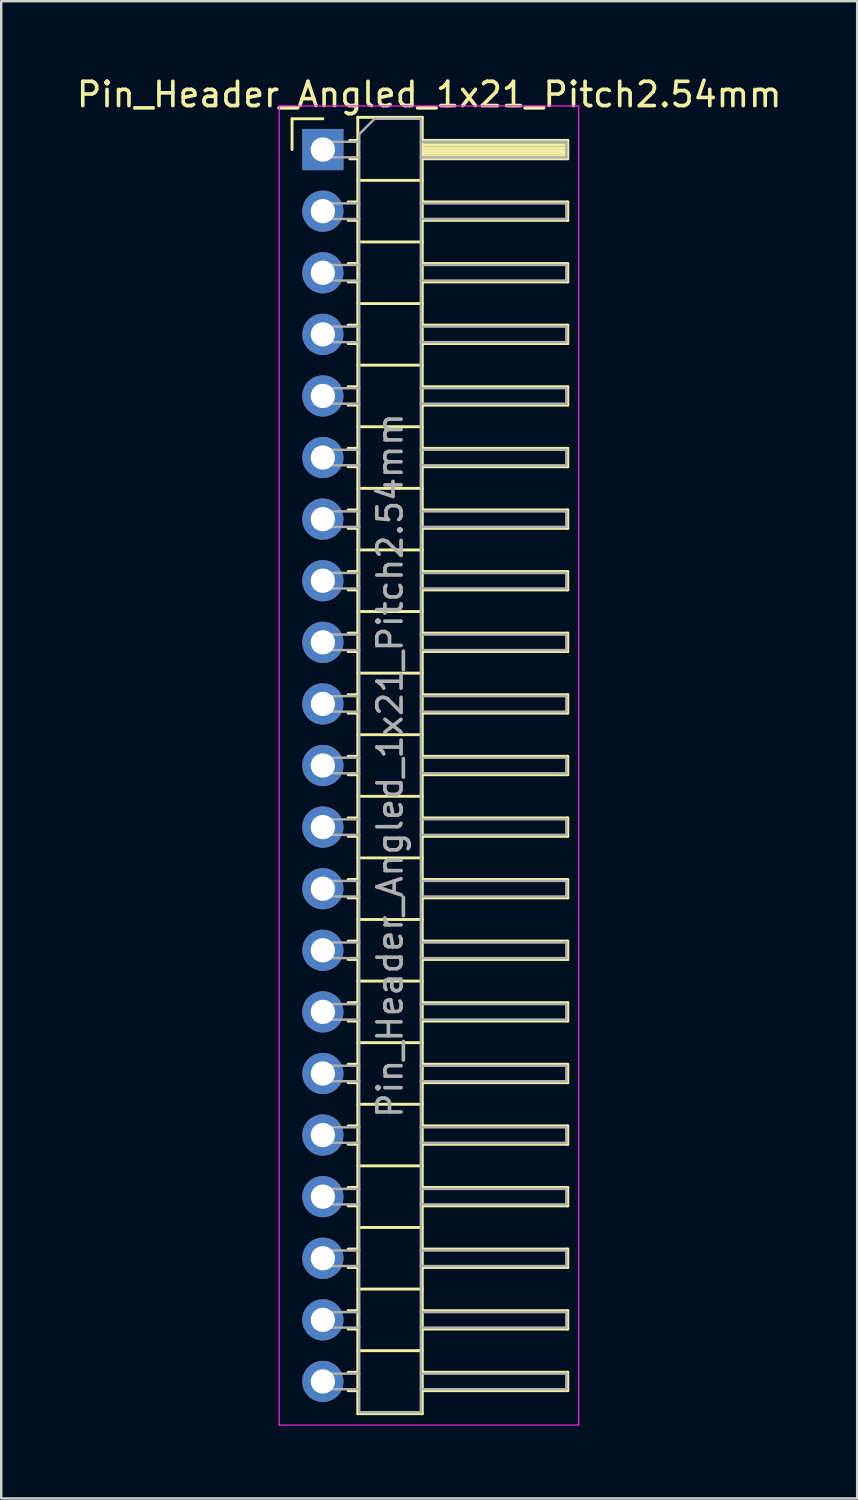
<source format=kicad_pcb>
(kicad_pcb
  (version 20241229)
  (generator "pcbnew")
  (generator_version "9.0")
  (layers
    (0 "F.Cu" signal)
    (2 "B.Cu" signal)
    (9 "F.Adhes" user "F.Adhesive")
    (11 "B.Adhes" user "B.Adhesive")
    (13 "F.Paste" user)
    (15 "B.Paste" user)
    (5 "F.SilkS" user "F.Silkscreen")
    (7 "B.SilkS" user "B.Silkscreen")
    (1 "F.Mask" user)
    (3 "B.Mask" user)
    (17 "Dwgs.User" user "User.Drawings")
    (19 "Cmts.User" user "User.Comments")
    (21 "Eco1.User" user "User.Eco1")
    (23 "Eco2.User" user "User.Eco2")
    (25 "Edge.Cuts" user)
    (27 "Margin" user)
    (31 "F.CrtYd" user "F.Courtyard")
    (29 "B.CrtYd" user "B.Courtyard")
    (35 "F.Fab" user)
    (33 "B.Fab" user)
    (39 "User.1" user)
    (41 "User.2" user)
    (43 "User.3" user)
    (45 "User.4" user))
  (footprint "Pin_Header_Angled_1x21_Pitch2.54mm"
    (layer "F.Cu")
    (at 10.264 3.118)
    (property "Reference" "Pin_Header_Angled_1x21_Pitch2.54mm" (at 4.385 -2.27 0) (layer "F.SilkS") (effects (font (size 1 1) (thickness 0.15))))
    (attr through_hole)
    (fp_line (start -1.27 -1.27) (end 0 -1.27) (stroke (width 0.12) (type solid)) (layer "F.SilkS"))
    (fp_line (start -1.27 0) (end -1.27 -1.27) (stroke (width 0.12) (type solid)) (layer "F.SilkS"))
    (fp_line (start 1.043 2.16) (end 1.44 2.16) (stroke (width 0.12) (type solid)) (layer "F.SilkS"))
    (fp_line (start 1.043 2.92) (end 1.44 2.92) (stroke (width 0.12) (type solid)) (layer "F.SilkS"))
    (fp_line (start 1.043 4.7) (end 1.44 4.7) (stroke (width 0.12) (type solid)) (layer "F.SilkS"))
    (fp_line (start 1.043 5.46) (end 1.44 5.46) (stroke (width 0.12) (type solid)) (layer "F.SilkS"))
    (fp_line (start 1.043 7.24) (end 1.44 7.24) (stroke (width 0.12) (type solid)) (layer "F.SilkS"))
    (fp_line (start 1.043 8) (end 1.44 8) (stroke (width 0.12) (type solid)) (layer "F.SilkS"))
    (fp_line (start 1.043 9.78) (end 1.44 9.78) (stroke (width 0.12) (type solid)) (layer "F.SilkS"))
    (fp_line (start 1.043 10.54) (end 1.44 10.54) (stroke (width 0.12) (type solid)) (layer "F.SilkS"))
    (fp_line (start 1.043 12.32) (end 1.44 12.32) (stroke (width 0.12) (type solid)) (layer "F.SilkS"))
    (fp_line (start 1.043 13.08) (end 1.44 13.08) (stroke (width 0.12) (type solid)) (layer "F.SilkS"))
    (fp_line (start 1.043 14.86) (end 1.44 14.86) (stroke (width 0.12) (type solid)) (layer "F.SilkS"))
    (fp_line (start 1.043 15.62) (end 1.44 15.62) (stroke (width 0.12) (type solid)) (layer "F.SilkS"))
    (fp_line (start 1.043 17.4) (end 1.44 17.4) (stroke (width 0.12) (type solid)) (layer "F.SilkS"))
    (fp_line (start 1.043 18.16) (end 1.44 18.16) (stroke (width 0.12) (type solid)) (layer "F.SilkS"))
    (fp_line (start 1.043 19.94) (end 1.44 19.94) (stroke (width 0.12) (type solid)) (layer "F.SilkS"))
    (fp_line (start 1.043 20.7) (end 1.44 20.7) (stroke (width 0.12) (type solid)) (layer "F.SilkS"))
    (fp_line (start 1.043 22.48) (end 1.44 22.48) (stroke (width 0.12) (type solid)) (layer "F.SilkS"))
    (fp_line (start 1.043 23.24) (end 1.44 23.24) (stroke (width 0.12) (type solid)) (layer "F.SilkS"))
    (fp_line (start 1.043 25.02) (end 1.44 25.02) (stroke (width 0.12) (type solid)) (layer "F.SilkS"))
    (fp_line (start 1.043 25.78) (end 1.44 25.78) (stroke (width 0.12) (type solid)) (layer "F.SilkS"))
    (fp_line (start 1.043 27.56) (end 1.44 27.56) (stroke (width 0.12) (type solid)) (layer "F.SilkS"))
    (fp_line (start 1.043 28.32) (end 1.44 28.32) (stroke (width 0.12) (type solid)) (layer "F.SilkS"))
    (fp_line (start 1.043 30.1) (end 1.44 30.1) (stroke (width 0.12) (type solid)) (layer "F.SilkS"))
    (fp_line (start 1.043 30.86) (end 1.44 30.86) (stroke (width 0.12) (type solid)) (layer "F.SilkS"))
    (fp_line (start 1.043 32.64) (end 1.44 32.64) (stroke (width 0.12) (type solid)) (layer "F.SilkS"))
    (fp_line (start 1.043 33.4) (end 1.44 33.4) (stroke (width 0.12) (type solid)) (layer "F.SilkS"))
    (fp_line (start 1.043 35.18) (end 1.44 35.18) (stroke (width 0.12) (type solid)) (layer "F.SilkS"))
    (fp_line (start 1.043 35.94) (end 1.44 35.94) (stroke (width 0.12) (type solid)) (layer "F.SilkS"))
    (fp_line (start 1.043 37.72) (end 1.44 37.72) (stroke (width 0.12) (type solid)) (layer "F.SilkS"))
    (fp_line (start 1.043 38.48) (end 1.44 38.48) (stroke (width 0.12) (type solid)) (layer "F.SilkS"))
    (fp_line (start 1.043 40.26) (end 1.44 40.26) (stroke (width 0.12) (type solid)) (layer "F.SilkS"))
    (fp_line (start 1.043 41.02) (end 1.44 41.02) (stroke (width 0.12) (type solid)) (layer "F.SilkS"))
    (fp_line (start 1.043 42.8) (end 1.44 42.8) (stroke (width 0.12) (type solid)) (layer "F.SilkS"))
    (fp_line (start 1.043 43.56) (end 1.44 43.56) (stroke (width 0.12) (type solid)) (layer "F.SilkS"))
    (fp_line (start 1.043 45.34) (end 1.44 45.34) (stroke (width 0.12) (type solid)) (layer "F.SilkS"))
    (fp_line (start 1.043 46.1) (end 1.44 46.1) (stroke (width 0.12) (type solid)) (layer "F.SilkS"))
    (fp_line (start 1.043 47.88) (end 1.44 47.88) (stroke (width 0.12) (type solid)) (layer "F.SilkS"))
    (fp_line (start 1.043 48.64) (end 1.44 48.64) (stroke (width 0.12) (type solid)) (layer "F.SilkS"))
    (fp_line (start 1.043 50.42) (end 1.44 50.42) (stroke (width 0.12) (type solid)) (layer "F.SilkS"))
    (fp_line (start 1.043 51.18) (end 1.44 51.18) (stroke (width 0.12) (type solid)) (layer "F.SilkS"))
    (fp_line (start 1.11 -0.38) (end 1.44 -0.38) (stroke (width 0.12) (type solid)) (layer "F.SilkS"))
    (fp_line (start 1.11 0.38) (end 1.44 0.38) (stroke (width 0.12) (type solid)) (layer "F.SilkS"))
    (fp_line (start 1.44 -1.33) (end 1.44 52.13) (stroke (width 0.12) (type solid)) (layer "F.SilkS"))
    (fp_line (start 1.44 1.27) (end 4.1 1.27) (stroke (width 0.12) (type solid)) (layer "F.SilkS"))
    (fp_line (start 1.44 3.81) (end 4.1 3.81) (stroke (width 0.12) (type solid)) (layer "F.SilkS"))
    (fp_line (start 1.44 6.35) (end 4.1 6.35) (stroke (width 0.12) (type solid)) (layer "F.SilkS"))
    (fp_line (start 1.44 8.89) (end 4.1 8.89) (stroke (width 0.12) (type solid)) (layer "F.SilkS"))
    (fp_line (start 1.44 11.43) (end 4.1 11.43) (stroke (width 0.12) (type solid)) (layer "F.SilkS"))
    (fp_line (start 1.44 13.97) (end 4.1 13.97) (stroke (width 0.12) (type solid)) (layer "F.SilkS"))
    (fp_line (start 1.44 16.51) (end 4.1 16.51) (stroke (width 0.12) (type solid)) (layer "F.SilkS"))
    (fp_line (start 1.44 19.05) (end 4.1 19.05) (stroke (width 0.12) (type solid)) (layer "F.SilkS"))
    (fp_line (start 1.44 21.59) (end 4.1 21.59) (stroke (width 0.12) (type solid)) (layer "F.SilkS"))
    (fp_line (start 1.44 24.13) (end 4.1 24.13) (stroke (width 0.12) (type solid)) (layer "F.SilkS"))
    (fp_line (start 1.44 26.67) (end 4.1 26.67) (stroke (width 0.12) (type solid)) (layer "F.SilkS"))
    (fp_line (start 1.44 29.21) (end 4.1 29.21) (stroke (width 0.12) (type solid)) (layer "F.SilkS"))
    (fp_line (start 1.44 31.75) (end 4.1 31.75) (stroke (width 0.12) (type solid)) (layer "F.SilkS"))
    (fp_line (start 1.44 34.29) (end 4.1 34.29) (stroke (width 0.12) (type solid)) (layer "F.SilkS"))
    (fp_line (start 1.44 36.83) (end 4.1 36.83) (stroke (width 0.12) (type solid)) (layer "F.SilkS"))
    (fp_line (start 1.44 39.37) (end 4.1 39.37) (stroke (width 0.12) (type solid)) (layer "F.SilkS"))
    (fp_line (start 1.44 41.91) (end 4.1 41.91) (stroke (width 0.12) (type solid)) (layer "F.SilkS"))
    (fp_line (start 1.44 44.45) (end 4.1 44.45) (stroke (width 0.12) (type solid)) (layer "F.SilkS"))
    (fp_line (start 1.44 46.99) (end 4.1 46.99) (stroke (width 0.12) (type solid)) (layer "F.SilkS"))
    (fp_line (start 1.44 49.53) (end 4.1 49.53) (stroke (width 0.12) (type solid)) (layer "F.SilkS"))
    (fp_line (start 1.44 52.13) (end 4.1 52.13) (stroke (width 0.12) (type solid)) (layer "F.SilkS"))
    (fp_line (start 4.1 -1.33) (end 1.44 -1.33) (stroke (width 0.12) (type solid)) (layer "F.SilkS"))
    (fp_line (start 4.1 -0.38) (end 10.1 -0.38) (stroke (width 0.12) (type solid)) (layer "F.SilkS"))
    (fp_line (start 4.1 -0.32) (end 10.1 -0.32) (stroke (width 0.12) (type solid)) (layer "F.SilkS"))
    (fp_line (start 4.1 -0.2) (end 10.1 -0.2) (stroke (width 0.12) (type solid)) (layer "F.SilkS"))
    (fp_line (start 4.1 -0.08) (end 10.1 -0.08) (stroke (width 0.12) (type solid)) (layer "F.SilkS"))
    (fp_line (start 4.1 0.04) (end 10.1 0.04) (stroke (width 0.12) (type solid)) (layer "F.SilkS"))
    (fp_line (start 4.1 0.16) (end 10.1 0.16) (stroke (width 0.12) (type solid)) (layer "F.SilkS"))
    (fp_line (start 4.1 0.28) (end 10.1 0.28) (stroke (width 0.12) (type solid)) (layer "F.SilkS"))
    (fp_line (start 4.1 2.16) (end 10.1 2.16) (stroke (width 0.12) (type solid)) (layer "F.SilkS"))
    (fp_line (start 4.1 4.7) (end 10.1 4.7) (stroke (width 0.12) (type solid)) (layer "F.SilkS"))
    (fp_line (start 4.1 7.24) (end 10.1 7.24) (stroke (width 0.12) (type solid)) (layer "F.SilkS"))
    (fp_line (start 4.1 9.78) (end 10.1 9.78) (stroke (width 0.12) (type solid)) (layer "F.SilkS"))
    (fp_line (start 4.1 12.32) (end 10.1 12.32) (stroke (width 0.12) (type solid)) (layer "F.SilkS"))
    (fp_line (start 4.1 14.86) (end 10.1 14.86) (stroke (width 0.12) (type solid)) (layer "F.SilkS"))
    (fp_line (start 4.1 17.4) (end 10.1 17.4) (stroke (width 0.12) (type solid)) (layer "F.SilkS"))
    (fp_line (start 4.1 19.94) (end 10.1 19.94) (stroke (width 0.12) (type solid)) (layer "F.SilkS"))
    (fp_line (start 4.1 22.48) (end 10.1 22.48) (stroke (width 0.12) (type solid)) (layer "F.SilkS"))
    (fp_line (start 4.1 25.02) (end 10.1 25.02) (stroke (width 0.12) (type solid)) (layer "F.SilkS"))
    (fp_line (start 4.1 27.56) (end 10.1 27.56) (stroke (width 0.12) (type solid)) (layer "F.SilkS"))
    (fp_line (start 4.1 30.1) (end 10.1 30.1) (stroke (width 0.12) (type solid)) (layer "F.SilkS"))
    (fp_line (start 4.1 32.64) (end 10.1 32.64) (stroke (width 0.12) (type solid)) (layer "F.SilkS"))
    (fp_line (start 4.1 35.18) (end 10.1 35.18) (stroke (width 0.12) (type solid)) (layer "F.SilkS"))
    (fp_line (start 4.1 37.72) (end 10.1 37.72) (stroke (width 0.12) (type solid)) (layer "F.SilkS"))
    (fp_line (start 4.1 40.26) (end 10.1 40.26) (stroke (width 0.12) (type solid)) (layer "F.SilkS"))
    (fp_line (start 4.1 42.8) (end 10.1 42.8) (stroke (width 0.12) (type solid)) (layer "F.SilkS"))
    (fp_line (start 4.1 45.34) (end 10.1 45.34) (stroke (width 0.12) (type solid)) (layer "F.SilkS"))
    (fp_line (start 4.1 47.88) (end 10.1 47.88) (stroke (width 0.12) (type solid)) (layer "F.SilkS"))
    (fp_line (start 4.1 50.42) (end 10.1 50.42) (stroke (width 0.12) (type solid)) (layer "F.SilkS"))
    (fp_line (start 4.1 52.13) (end 4.1 -1.33) (stroke (width 0.12) (type solid)) (layer "F.SilkS"))
    (fp_line (start 10.1 -0.38) (end 10.1 0.38) (stroke (width 0.12) (type solid)) (layer "F.SilkS"))
    (fp_line (start 10.1 0.38) (end 4.1 0.38) (stroke (width 0.12) (type solid)) (layer "F.SilkS"))
    (fp_line (start 10.1 2.16) (end 10.1 2.92) (stroke (width 0.12) (type solid)) (layer "F.SilkS"))
    (fp_line (start 10.1 2.92) (end 4.1 2.92) (stroke (width 0.12) (type solid)) (layer "F.SilkS"))
    (fp_line (start 10.1 4.7) (end 10.1 5.46) (stroke (width 0.12) (type solid)) (layer "F.SilkS"))
    (fp_line (start 10.1 5.46) (end 4.1 5.46) (stroke (width 0.12) (type solid)) (layer "F.SilkS"))
    (fp_line (start 10.1 7.24) (end 10.1 8) (stroke (width 0.12) (type solid)) (layer "F.SilkS"))
    (fp_line (start 10.1 8) (end 4.1 8) (stroke (width 0.12) (type solid)) (layer "F.SilkS"))
    (fp_line (start 10.1 9.78) (end 10.1 10.54) (stroke (width 0.12) (type solid)) (layer "F.SilkS"))
    (fp_line (start 10.1 10.54) (end 4.1 10.54) (stroke (width 0.12) (type solid)) (layer "F.SilkS"))
    (fp_line (start 10.1 12.32) (end 10.1 13.08) (stroke (width 0.12) (type solid)) (layer "F.SilkS"))
    (fp_line (start 10.1 13.08) (end 4.1 13.08) (stroke (width 0.12) (type solid)) (layer "F.SilkS"))
    (fp_line (start 10.1 14.86) (end 10.1 15.62) (stroke (width 0.12) (type solid)) (layer "F.SilkS"))
    (fp_line (start 10.1 15.62) (end 4.1 15.62) (stroke (width 0.12) (type solid)) (layer "F.SilkS"))
    (fp_line (start 10.1 17.4) (end 10.1 18.16) (stroke (width 0.12) (type solid)) (layer "F.SilkS"))
    (fp_line (start 10.1 18.16) (end 4.1 18.16) (stroke (width 0.12) (type solid)) (layer "F.SilkS"))
    (fp_line (start 10.1 19.94) (end 10.1 20.7) (stroke (width 0.12) (type solid)) (layer "F.SilkS"))
    (fp_line (start 10.1 20.7) (end 4.1 20.7) (stroke (width 0.12) (type solid)) (layer "F.SilkS"))
    (fp_line (start 10.1 22.48) (end 10.1 23.24) (stroke (width 0.12) (type solid)) (layer "F.SilkS"))
    (fp_line (start 10.1 23.24) (end 4.1 23.24) (stroke (width 0.12) (type solid)) (layer "F.SilkS"))
    (fp_line (start 10.1 25.02) (end 10.1 25.78) (stroke (width 0.12) (type solid)) (layer "F.SilkS"))
    (fp_line (start 10.1 25.78) (end 4.1 25.78) (stroke (width 0.12) (type solid)) (layer "F.SilkS"))
    (fp_line (start 10.1 27.56) (end 10.1 28.32) (stroke (width 0.12) (type solid)) (layer "F.SilkS"))
    (fp_line (start 10.1 28.32) (end 4.1 28.32) (stroke (width 0.12) (type solid)) (layer "F.SilkS"))
    (fp_line (start 10.1 30.1) (end 10.1 30.86) (stroke (width 0.12) (type solid)) (layer "F.SilkS"))
    (fp_line (start 10.1 30.86) (end 4.1 30.86) (stroke (width 0.12) (type solid)) (layer "F.SilkS"))
    (fp_line (start 10.1 32.64) (end 10.1 33.4) (stroke (width 0.12) (type solid)) (layer "F.SilkS"))
    (fp_line (start 10.1 33.4) (end 4.1 33.4) (stroke (width 0.12) (type solid)) (layer "F.SilkS"))
    (fp_line (start 10.1 35.18) (end 10.1 35.94) (stroke (width 0.12) (type solid)) (layer "F.SilkS"))
    (fp_line (start 10.1 35.94) (end 4.1 35.94) (stroke (width 0.12) (type solid)) (layer "F.SilkS"))
    (fp_line (start 10.1 37.72) (end 10.1 38.48) (stroke (width 0.12) (type solid)) (layer "F.SilkS"))
    (fp_line (start 10.1 38.48) (end 4.1 38.48) (stroke (width 0.12) (type solid)) (layer "F.SilkS"))
    (fp_line (start 10.1 40.26) (end 10.1 41.02) (stroke (width 0.12) (type solid)) (layer "F.SilkS"))
    (fp_line (start 10.1 41.02) (end 4.1 41.02) (stroke (width 0.12) (type solid)) (layer "F.SilkS"))
    (fp_line (start 10.1 42.8) (end 10.1 43.56) (stroke (width 0.12) (type solid)) (layer "F.SilkS"))
    (fp_line (start 10.1 43.56) (end 4.1 43.56) (stroke (width 0.12) (type solid)) (layer "F.SilkS"))
    (fp_line (start 10.1 45.34) (end 10.1 46.1) (stroke (width 0.12) (type solid)) (layer "F.SilkS"))
    (fp_line (start 10.1 46.1) (end 4.1 46.1) (stroke (width 0.12) (type solid)) (layer "F.SilkS"))
    (fp_line (start 10.1 47.88) (end 10.1 48.64) (stroke (width 0.12) (type solid)) (layer "F.SilkS"))
    (fp_line (start 10.1 48.64) (end 4.1 48.64) (stroke (width 0.12) (type solid)) (layer "F.SilkS"))
    (fp_line (start 10.1 50.42) (end 10.1 51.18) (stroke (width 0.12) (type solid)) (layer "F.SilkS"))
    (fp_line (start 10.1 51.18) (end 4.1 51.18) (stroke (width 0.12) (type solid)) (layer "F.SilkS"))
    (fp_line (start -1.8 -1.8) (end -1.8 52.6) (stroke (width 0.05) (type solid)) (layer "F.CrtYd"))
    (fp_line (start -1.8 52.6) (end 10.55 52.6) (stroke (width 0.05) (type solid)) (layer "F.CrtYd"))
    (fp_line (start 10.55 -1.8) (end -1.8 -1.8) (stroke (width 0.05) (type solid)) (layer "F.CrtYd"))
    (fp_line (start 10.55 52.6) (end 10.55 -1.8) (stroke (width 0.05) (type solid)) (layer "F.CrtYd"))
    (fp_line (start -0.32 -0.32) (end -0.32 0.32) (stroke (width 0.1) (type solid)) (layer "F.Fab"))
    (fp_line (start -0.32 -0.32) (end 1.5 -0.32) (stroke (width 0.1) (type solid)) (layer "F.Fab"))
    (fp_line (start -0.32 0.32) (end 1.5 0.32) (stroke (width 0.1) (type solid)) (layer "F.Fab"))
    (fp_line (start -0.32 2.22) (end -0.32 2.86) (stroke (width 0.1) (type solid)) (layer "F.Fab"))
    (fp_line (start -0.32 2.22) (end 1.5 2.22) (stroke (width 0.1) (type solid)) (layer "F.Fab"))
    (fp_line (start -0.32 2.86) (end 1.5 2.86) (stroke (width 0.1) (type solid)) (layer "F.Fab"))
    (fp_line (start -0.32 4.76) (end -0.32 5.4) (stroke (width 0.1) (type solid)) (layer "F.Fab"))
    (fp_line (start -0.32 4.76) (end 1.5 4.76) (stroke (width 0.1) (type solid)) (layer "F.Fab"))
    (fp_line (start -0.32 5.4) (end 1.5 5.4) (stroke (width 0.1) (type solid)) (layer "F.Fab"))
    (fp_line (start -0.32 7.3) (end -0.32 7.94) (stroke (width 0.1) (type solid)) (layer "F.Fab"))
    (fp_line (start -0.32 7.3) (end 1.5 7.3) (stroke (width 0.1) (type solid)) (layer "F.Fab"))
    (fp_line (start -0.32 7.94) (end 1.5 7.94) (stroke (width 0.1) (type solid)) (layer "F.Fab"))
    (fp_line (start -0.32 9.84) (end -0.32 10.48) (stroke (width 0.1) (type solid)) (layer "F.Fab"))
    (fp_line (start -0.32 9.84) (end 1.5 9.84) (stroke (width 0.1) (type solid)) (layer "F.Fab"))
    (fp_line (start -0.32 10.48) (end 1.5 10.48) (stroke (width 0.1) (type solid)) (layer "F.Fab"))
    (fp_line (start -0.32 12.38) (end -0.32 13.02) (stroke (width 0.1) (type solid)) (layer "F.Fab"))
    (fp_line (start -0.32 12.38) (end 1.5 12.38) (stroke (width 0.1) (type solid)) (layer "F.Fab"))
    (fp_line (start -0.32 13.02) (end 1.5 13.02) (stroke (width 0.1) (type solid)) (layer "F.Fab"))
    (fp_line (start -0.32 14.92) (end -0.32 15.56) (stroke (width 0.1) (type solid)) (layer "F.Fab"))
    (fp_line (start -0.32 14.92) (end 1.5 14.92) (stroke (width 0.1) (type solid)) (layer "F.Fab"))
    (fp_line (start -0.32 15.56) (end 1.5 15.56) (stroke (width 0.1) (type solid)) (layer "F.Fab"))
    (fp_line (start -0.32 17.46) (end -0.32 18.1) (stroke (width 0.1) (type solid)) (layer "F.Fab"))
    (fp_line (start -0.32 17.46) (end 1.5 17.46) (stroke (width 0.1) (type solid)) (layer "F.Fab"))
    (fp_line (start -0.32 18.1) (end 1.5 18.1) (stroke (width 0.1) (type solid)) (layer "F.Fab"))
    (fp_line (start -0.32 20) (end -0.32 20.64) (stroke (width 0.1) (type solid)) (layer "F.Fab"))
    (fp_line (start -0.32 20) (end 1.5 20) (stroke (width 0.1) (type solid)) (layer "F.Fab"))
    (fp_line (start -0.32 20.64) (end 1.5 20.64) (stroke (width 0.1) (type solid)) (layer "F.Fab"))
    (fp_line (start -0.32 22.54) (end -0.32 23.18) (stroke (width 0.1) (type solid)) (layer "F.Fab"))
    (fp_line (start -0.32 22.54) (end 1.5 22.54) (stroke (width 0.1) (type solid)) (layer "F.Fab"))
    (fp_line (start -0.32 23.18) (end 1.5 23.18) (stroke (width 0.1) (type solid)) (layer "F.Fab"))
    (fp_line (start -0.32 25.08) (end -0.32 25.72) (stroke (width 0.1) (type solid)) (layer "F.Fab"))
    (fp_line (start -0.32 25.08) (end 1.5 25.08) (stroke (width 0.1) (type solid)) (layer "F.Fab"))
    (fp_line (start -0.32 25.72) (end 1.5 25.72) (stroke (width 0.1) (type solid)) (layer "F.Fab"))
    (fp_line (start -0.32 27.62) (end -0.32 28.26) (stroke (width 0.1) (type solid)) (layer "F.Fab"))
    (fp_line (start -0.32 27.62) (end 1.5 27.62) (stroke (width 0.1) (type solid)) (layer "F.Fab"))
    (fp_line (start -0.32 28.26) (end 1.5 28.26) (stroke (width 0.1) (type solid)) (layer "F.Fab"))
    (fp_line (start -0.32 30.16) (end -0.32 30.8) (stroke (width 0.1) (type solid)) (layer "F.Fab"))
    (fp_line (start -0.32 30.16) (end 1.5 30.16) (stroke (width 0.1) (type solid)) (layer "F.Fab"))
    (fp_line (start -0.32 30.8) (end 1.5 30.8) (stroke (width 0.1) (type solid)) (layer "F.Fab"))
    (fp_line (start -0.32 32.7) (end -0.32 33.34) (stroke (width 0.1) (type solid)) (layer "F.Fab"))
    (fp_line (start -0.32 32.7) (end 1.5 32.7) (stroke (width 0.1) (type solid)) (layer "F.Fab"))
    (fp_line (start -0.32 33.34) (end 1.5 33.34) (stroke (width 0.1) (type solid)) (layer "F.Fab"))
    (fp_line (start -0.32 35.24) (end -0.32 35.88) (stroke (width 0.1) (type solid)) (layer "F.Fab"))
    (fp_line (start -0.32 35.24) (end 1.5 35.24) (stroke (width 0.1) (type solid)) (layer "F.Fab"))
    (fp_line (start -0.32 35.88) (end 1.5 35.88) (stroke (width 0.1) (type solid)) (layer "F.Fab"))
    (fp_line (start -0.32 37.78) (end -0.32 38.42) (stroke (width 0.1) (type solid)) (layer "F.Fab"))
    (fp_line (start -0.32 37.78) (end 1.5 37.78) (stroke (width 0.1) (type solid)) (layer "F.Fab"))
    (fp_line (start -0.32 38.42) (end 1.5 38.42) (stroke (width 0.1) (type solid)) (layer "F.Fab"))
    (fp_line (start -0.32 40.32) (end -0.32 40.96) (stroke (width 0.1) (type solid)) (layer "F.Fab"))
    (fp_line (start -0.32 40.32) (end 1.5 40.32) (stroke (width 0.1) (type solid)) (layer "F.Fab"))
    (fp_line (start -0.32 40.96) (end 1.5 40.96) (stroke (width 0.1) (type solid)) (layer "F.Fab"))
    (fp_line (start -0.32 42.86) (end -0.32 43.5) (stroke (width 0.1) (type solid)) (layer "F.Fab"))
    (fp_line (start -0.32 42.86) (end 1.5 42.86) (stroke (width 0.1) (type solid)) (layer "F.Fab"))
    (fp_line (start -0.32 43.5) (end 1.5 43.5) (stroke (width 0.1) (type solid)) (layer "F.Fab"))
    (fp_line (start -0.32 45.4) (end -0.32 46.04) (stroke (width 0.1) (type solid)) (layer "F.Fab"))
    (fp_line (start -0.32 45.4) (end 1.5 45.4) (stroke (width 0.1) (type solid)) (layer "F.Fab"))
    (fp_line (start -0.32 46.04) (end 1.5 46.04) (stroke (width 0.1) (type solid)) (layer "F.Fab"))
    (fp_line (start -0.32 47.94) (end -0.32 48.58) (stroke (width 0.1) (type solid)) (layer "F.Fab"))
    (fp_line (start -0.32 47.94) (end 1.5 47.94) (stroke (width 0.1) (type solid)) (layer "F.Fab"))
    (fp_line (start -0.32 48.58) (end 1.5 48.58) (stroke (width 0.1) (type solid)) (layer "F.Fab"))
    (fp_line (start -0.32 50.48) (end -0.32 51.12) (stroke (width 0.1) (type solid)) (layer "F.Fab"))
    (fp_line (start -0.32 50.48) (end 1.5 50.48) (stroke (width 0.1) (type solid)) (layer "F.Fab"))
    (fp_line (start -0.32 51.12) (end 1.5 51.12) (stroke (width 0.1) (type solid)) (layer "F.Fab"))
    (fp_line (start 1.5 -0.635) (end 2.135 -1.27) (stroke (width 0.1) (type solid)) (layer "F.Fab"))
    (fp_line (start 1.5 52.07) (end 1.5 -0.635) (stroke (width 0.1) (type solid)) (layer "F.Fab"))
    (fp_line (start 2.135 -1.27) (end 4.04 -1.27) (stroke (width 0.1) (type solid)) (layer "F.Fab"))
    (fp_line (start 4.04 -1.27) (end 4.04 52.07) (stroke (width 0.1) (type solid)) (layer "F.Fab"))
    (fp_line (start 4.04 -0.32) (end 10.04 -0.32) (stroke (width 0.1) (type solid)) (layer "F.Fab"))
    (fp_line (start 4.04 0.32) (end 10.04 0.32) (stroke (width 0.1) (type solid)) (layer "F.Fab"))
    (fp_line (start 4.04 2.22) (end 10.04 2.22) (stroke (width 0.1) (type solid)) (layer "F.Fab"))
    (fp_line (start 4.04 2.86) (end 10.04 2.86) (stroke (width 0.1) (type solid)) (layer "F.Fab"))
    (fp_line (start 4.04 4.76) (end 10.04 4.76) (stroke (width 0.1) (type solid)) (layer "F.Fab"))
    (fp_line (start 4.04 5.4) (end 10.04 5.4) (stroke (width 0.1) (type solid)) (layer "F.Fab"))
    (fp_line (start 4.04 7.3) (end 10.04 7.3) (stroke (width 0.1) (type solid)) (layer "F.Fab"))
    (fp_line (start 4.04 7.94) (end 10.04 7.94) (stroke (width 0.1) (type solid)) (layer "F.Fab"))
    (fp_line (start 4.04 9.84) (end 10.04 9.84) (stroke (width 0.1) (type solid)) (layer "F.Fab"))
    (fp_line (start 4.04 10.48) (end 10.04 10.48) (stroke (width 0.1) (type solid)) (layer "F.Fab"))
    (fp_line (start 4.04 12.38) (end 10.04 12.38) (stroke (width 0.1) (type solid)) (layer "F.Fab"))
    (fp_line (start 4.04 13.02) (end 10.04 13.02) (stroke (width 0.1) (type solid)) (layer "F.Fab"))
    (fp_line (start 4.04 14.92) (end 10.04 14.92) (stroke (width 0.1) (type solid)) (layer "F.Fab"))
    (fp_line (start 4.04 15.56) (end 10.04 15.56) (stroke (width 0.1) (type solid)) (layer "F.Fab"))
    (fp_line (start 4.04 17.46) (end 10.04 17.46) (stroke (width 0.1) (type solid)) (layer "F.Fab"))
    (fp_line (start 4.04 18.1) (end 10.04 18.1) (stroke (width 0.1) (type solid)) (layer "F.Fab"))
    (fp_line (start 4.04 20) (end 10.04 20) (stroke (width 0.1) (type solid)) (layer "F.Fab"))
    (fp_line (start 4.04 20.64) (end 10.04 20.64) (stroke (width 0.1) (type solid)) (layer "F.Fab"))
    (fp_line (start 4.04 22.54) (end 10.04 22.54) (stroke (width 0.1) (type solid)) (layer "F.Fab"))
    (fp_line (start 4.04 23.18) (end 10.04 23.18) (stroke (width 0.1) (type solid)) (layer "F.Fab"))
    (fp_line (start 4.04 25.08) (end 10.04 25.08) (stroke (width 0.1) (type solid)) (layer "F.Fab"))
    (fp_line (start 4.04 25.72) (end 10.04 25.72) (stroke (width 0.1) (type solid)) (layer "F.Fab"))
    (fp_line (start 4.04 27.62) (end 10.04 27.62) (stroke (width 0.1) (type solid)) (layer "F.Fab"))
    (fp_line (start 4.04 28.26) (end 10.04 28.26) (stroke (width 0.1) (type solid)) (layer "F.Fab"))
    (fp_line (start 4.04 30.16) (end 10.04 30.16) (stroke (width 0.1) (type solid)) (layer "F.Fab"))
    (fp_line (start 4.04 30.8) (end 10.04 30.8) (stroke (width 0.1) (type solid)) (layer "F.Fab"))
    (fp_line (start 4.04 32.7) (end 10.04 32.7) (stroke (width 0.1) (type solid)) (layer "F.Fab"))
    (fp_line (start 4.04 33.34) (end 10.04 33.34) (stroke (width 0.1) (type solid)) (layer "F.Fab"))
    (fp_line (start 4.04 35.24) (end 10.04 35.24) (stroke (width 0.1) (type solid)) (layer "F.Fab"))
    (fp_line (start 4.04 35.88) (end 10.04 35.88) (stroke (width 0.1) (type solid)) (layer "F.Fab"))
    (fp_line (start 4.04 37.78) (end 10.04 37.78) (stroke (width 0.1) (type solid)) (layer "F.Fab"))
    (fp_line (start 4.04 38.42) (end 10.04 38.42) (stroke (width 0.1) (type solid)) (layer "F.Fab"))
    (fp_line (start 4.04 40.32) (end 10.04 40.32) (stroke (width 0.1) (type solid)) (layer "F.Fab"))
    (fp_line (start 4.04 40.96) (end 10.04 40.96) (stroke (width 0.1) (type solid)) (layer "F.Fab"))
    (fp_line (start 4.04 42.86) (end 10.04 42.86) (stroke (width 0.1) (type solid)) (layer "F.Fab"))
    (fp_line (start 4.04 43.5) (end 10.04 43.5) (stroke (width 0.1) (type solid)) (layer "F.Fab"))
    (fp_line (start 4.04 45.4) (end 10.04 45.4) (stroke (width 0.1) (type solid)) (layer "F.Fab"))
    (fp_line (start 4.04 46.04) (end 10.04 46.04) (stroke (width 0.1) (type solid)) (layer "F.Fab"))
    (fp_line (start 4.04 47.94) (end 10.04 47.94) (stroke (width 0.1) (type solid)) (layer "F.Fab"))
    (fp_line (start 4.04 48.58) (end 10.04 48.58) (stroke (width 0.1) (type solid)) (layer "F.Fab"))
    (fp_line (start 4.04 50.48) (end 10.04 50.48) (stroke (width 0.1) (type solid)) (layer "F.Fab"))
    (fp_line (start 4.04 51.12) (end 10.04 51.12) (stroke (width 0.1) (type solid)) (layer "F.Fab"))
    (fp_line (start 4.04 52.07) (end 1.5 52.07) (stroke (width 0.1) (type solid)) (layer "F.Fab"))
    (fp_line (start 10.04 -0.32) (end 10.04 0.32) (stroke (width 0.1) (type solid)) (layer "F.Fab"))
    (fp_line (start 10.04 2.22) (end 10.04 2.86) (stroke (width 0.1) (type solid)) (layer "F.Fab"))
    (fp_line (start 10.04 4.76) (end 10.04 5.4) (stroke (width 0.1) (type solid)) (layer "F.Fab"))
    (fp_line (start 10.04 7.3) (end 10.04 7.94) (stroke (width 0.1) (type solid)) (layer "F.Fab"))
    (fp_line (start 10.04 9.84) (end 10.04 10.48) (stroke (width 0.1) (type solid)) (layer "F.Fab"))
    (fp_line (start 10.04 12.38) (end 10.04 13.02) (stroke (width 0.1) (type solid)) (layer "F.Fab"))
    (fp_line (start 10.04 14.92) (end 10.04 15.56) (stroke (width 0.1) (type solid)) (layer "F.Fab"))
    (fp_line (start 10.04 17.46) (end 10.04 18.1) (stroke (width 0.1) (type solid)) (layer "F.Fab"))
    (fp_line (start 10.04 20) (end 10.04 20.64) (stroke (width 0.1) (type solid)) (layer "F.Fab"))
    (fp_line (start 10.04 22.54) (end 10.04 23.18) (stroke (width 0.1) (type solid)) (layer "F.Fab"))
    (fp_line (start 10.04 25.08) (end 10.04 25.72) (stroke (width 0.1) (type solid)) (layer "F.Fab"))
    (fp_line (start 10.04 27.62) (end 10.04 28.26) (stroke (width 0.1) (type solid)) (layer "F.Fab"))
    (fp_line (start 10.04 30.16) (end 10.04 30.8) (stroke (width 0.1) (type solid)) (layer "F.Fab"))
    (fp_line (start 10.04 32.7) (end 10.04 33.34) (stroke (width 0.1) (type solid)) (layer "F.Fab"))
    (fp_line (start 10.04 35.24) (end 10.04 35.88) (stroke (width 0.1) (type solid)) (layer "F.Fab"))
    (fp_line (start 10.04 37.78) (end 10.04 38.42) (stroke (width 0.1) (type solid)) (layer "F.Fab"))
    (fp_line (start 10.04 40.32) (end 10.04 40.96) (stroke (width 0.1) (type solid)) (layer "F.Fab"))
    (fp_line (start 10.04 42.86) (end 10.04 43.5) (stroke (width 0.1) (type solid)) (layer "F.Fab"))
    (fp_line (start 10.04 45.4) (end 10.04 46.04) (stroke (width 0.1) (type solid)) (layer "F.Fab"))
    (fp_line (start 10.04 47.94) (end 10.04 48.58) (stroke (width 0.1) (type solid)) (layer "F.Fab"))
    (fp_line (start 10.04 50.48) (end 10.04 51.12) (stroke (width 0.1) (type solid)) (layer "F.Fab"))
    (fp_text user "${REFERENCE}" (at 2.77 25.4 90) (layer "F.Fab") (effects (font (size 1 1) (thickness 0.15))))
    (pad "1" thru_hole rect (at 0 0) (size 1.7 1.7) (drill 1) (layers "*.Cu" "*.Mask"))
    (pad "2" thru_hole oval (at 0 2.54) (size 1.7 1.7) (drill 1) (layers "*.Cu" "*.Mask"))
    (pad "3" thru_hole oval (at 0 5.08) (size 1.7 1.7) (drill 1) (layers "*.Cu" "*.Mask"))
    (pad "4" thru_hole oval (at 0 7.62) (size 1.7 1.7) (drill 1) (layers "*.Cu" "*.Mask"))
    (pad "5" thru_hole oval (at 0 10.16) (size 1.7 1.7) (drill 1) (layers "*.Cu" "*.Mask"))
    (pad "6" thru_hole oval (at 0 12.7) (size 1.7 1.7) (drill 1) (layers "*.Cu" "*.Mask"))
    (pad "7" thru_hole oval (at 0 15.24) (size 1.7 1.7) (drill 1) (layers "*.Cu" "*.Mask"))
    (pad "8" thru_hole oval (at 0 17.78) (size 1.7 1.7) (drill 1) (layers "*.Cu" "*.Mask"))
    (pad "9" thru_hole oval (at 0 20.32) (size 1.7 1.7) (drill 1) (layers "*.Cu" "*.Mask"))
    (pad "10" thru_hole oval (at 0 22.86) (size 1.7 1.7) (drill 1) (layers "*.Cu" "*.Mask"))
    (pad "11" thru_hole oval (at 0 25.4) (size 1.7 1.7) (drill 1) (layers "*.Cu" "*.Mask"))
    (pad "12" thru_hole oval (at 0 27.94) (size 1.7 1.7) (drill 1) (layers "*.Cu" "*.Mask"))
    (pad "13" thru_hole oval (at 0 30.48) (size 1.7 1.7) (drill 1) (layers "*.Cu" "*.Mask"))
    (pad "14" thru_hole oval (at 0 33.02) (size 1.7 1.7) (drill 1) (layers "*.Cu" "*.Mask"))
    (pad "15" thru_hole oval (at 0 35.56) (size 1.7 1.7) (drill 1) (layers "*.Cu" "*.Mask"))
    (pad "16" thru_hole oval (at 0 38.1) (size 1.7 1.7) (drill 1) (layers "*.Cu" "*.Mask"))
    (pad "17" thru_hole oval (at 0 40.64) (size 1.7 1.7) (drill 1) (layers "*.Cu" "*.Mask"))
    (pad "18" thru_hole oval (at 0 43.18) (size 1.7 1.7) (drill 1) (layers "*.Cu" "*.Mask"))
    (pad "19" thru_hole oval (at 0 45.72) (size 1.7 1.7) (drill 1) (layers "*.Cu" "*.Mask"))
    (pad "20" thru_hole oval (at 0 48.26) (size 1.7 1.7) (drill 1) (layers "*.Cu" "*.Mask"))
    (pad "21" thru_hole oval (at 0 50.8) (size 1.7 1.7) (drill 1) (layers "*.Cu" "*.Mask")))
  (gr_rect
    (start -3 -3)
    (end 32.298 58.743)
    (stroke (width 0.1) (type default))
    (fill no)
    (layer "Edge.Cuts")))
</source>
